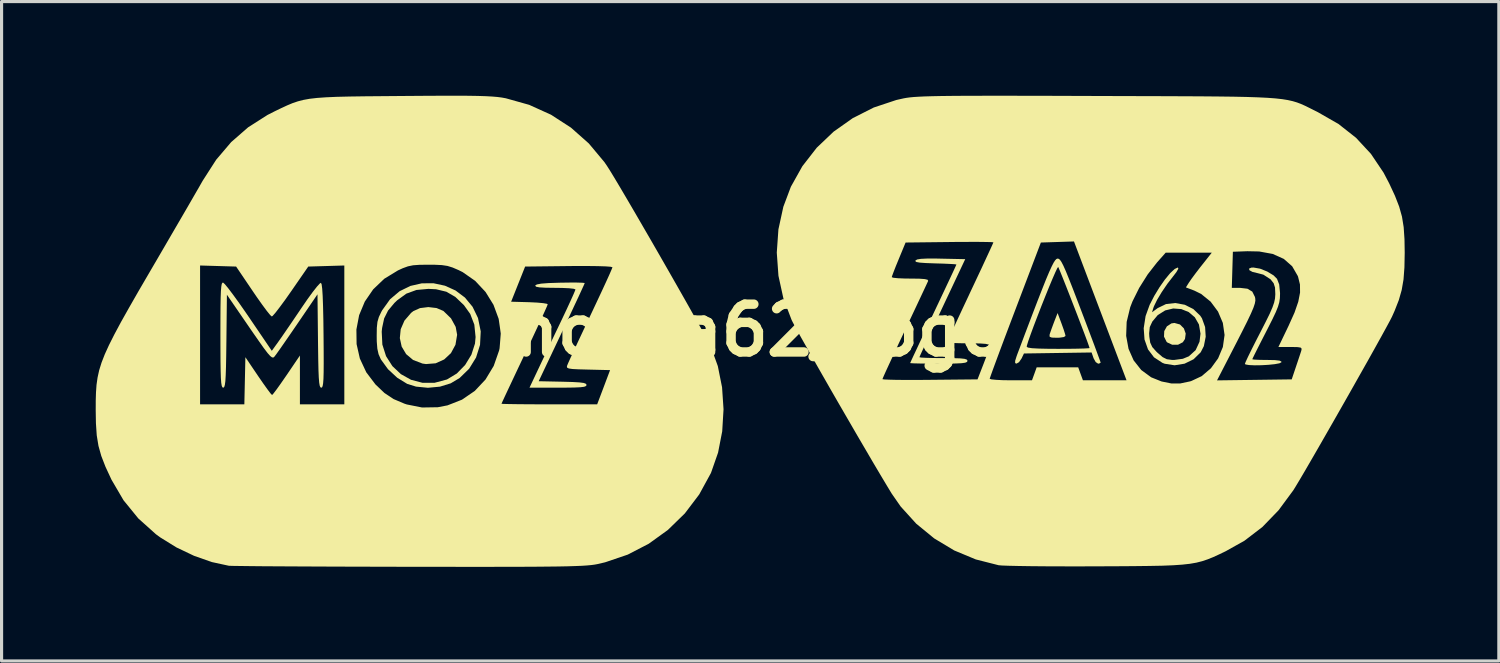
<source format=kicad_pcb>
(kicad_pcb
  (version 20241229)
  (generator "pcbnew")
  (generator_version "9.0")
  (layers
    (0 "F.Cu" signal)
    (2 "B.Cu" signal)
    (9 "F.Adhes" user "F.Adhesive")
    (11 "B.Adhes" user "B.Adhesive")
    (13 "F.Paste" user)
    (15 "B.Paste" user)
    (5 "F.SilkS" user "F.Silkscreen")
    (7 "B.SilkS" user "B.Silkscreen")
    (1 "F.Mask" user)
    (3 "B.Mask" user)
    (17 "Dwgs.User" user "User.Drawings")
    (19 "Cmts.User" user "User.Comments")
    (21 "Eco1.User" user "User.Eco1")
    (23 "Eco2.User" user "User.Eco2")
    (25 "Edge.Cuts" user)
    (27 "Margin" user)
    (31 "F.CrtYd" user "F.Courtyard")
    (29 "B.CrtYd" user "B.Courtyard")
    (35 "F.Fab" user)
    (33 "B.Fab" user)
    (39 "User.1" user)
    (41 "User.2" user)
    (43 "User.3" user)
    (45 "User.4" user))
  (footprint "mozza62_logo"
    (layer "F.Cu")
    (at 20.829 7.478)
    (property "Reference" "mozza62_logo" (at 0 0 0) (layer "F.SilkS") (effects (font (size 1.524 1.524) (thickness 0.3))))
    (attr board_only exclude_from_pos_files exclude_from_bom)
    (fp_poly (pts (xy 13.725 -0.187) (xy 13.85 -0.062) (xy 13.908 0.103) (xy 13.885 0.275) (xy 13.816 0.379) (xy 13.663 0.458) (xy 13.479 0.459) (xy 13.32 0.385) (xy 13.298 0.364) (xy 13.216 0.2) (xy 13.224 0.024) (xy 13.308 -0.128) (xy 13.453 -0.222) (xy 13.549 -0.236)) (stroke (width 0) (type solid)) (fill yes) (layer "F.SilkS"))
    (fp_poly (pts (xy 9.951 -0.215) (xy 10.018 -0.027) (xy 10.064 0.118) (xy 10.077 0.179) (xy 10.025 0.213) (xy 9.891 0.233) (xy 9.808 0.236) (xy 9.645 0.231) (xy 9.574 0.207) (xy 9.568 0.148) (xy 9.58 0.103) (xy 9.627 -0.033) (xy 9.695 -0.218) (xy 9.723 -0.291) (xy 9.825 -0.552)) (stroke (width 0) (type solid)) (fill yes) (layer "F.SilkS"))
    (fp_poly (pts (xy -9.966 -0.711) (xy -9.75 -0.619) (xy -9.743 -0.613) (xy -9.505 -0.381) (xy -9.357 -0.111) (xy -9.311 0.141) (xy -9.364 0.459) (xy -9.508 0.726) (xy -9.725 0.928) (xy -9.996 1.05) (xy -10.303 1.074) (xy -10.415 1.058) (xy -10.714 0.944) (xy -10.936 0.757) (xy -11.078 0.518) (xy -11.137 0.247) (xy -11.109 -0.036) (xy -10.99 -0.31) (xy -10.778 -0.557) (xy -10.707 -0.613) (xy -10.494 -0.709) (xy -10.23 -0.742)) (stroke (width 0) (type solid)) (fill yes) (layer "F.SilkS"))
    (fp_poly (pts (xy -5.495 -1.523) (xy -5.326 -1.518) (xy -5.248 -1.51) (xy -5.245 -1.508) (xy -5.269 -1.449) (xy -5.338 -1.298) (xy -5.444 -1.067) (xy -5.583 -0.771) (xy -5.746 -0.422) (xy -5.929 -0.034) (xy -5.978 0.071) (xy -6.712 1.621) (xy -5.949 1.637) (xy -5.628 1.646) (xy -5.409 1.659) (xy -5.273 1.677) (xy -5.205 1.704) (xy -5.186 1.74) (xy -5.203 1.774) (xy -5.264 1.798) (xy -5.386 1.813) (xy -5.585 1.822) (xy -5.876 1.826) (xy -6.095 1.827) (xy -7.005 1.827) (xy -6.692 1.164) (xy -6.55 0.864) (xy -6.376 0.497) (xy -6.19 0.106) (xy -6.01 -0.27) (xy -5.959 -0.377) (xy -5.819 -0.674) (xy -5.699 -0.934) (xy -5.607 -1.138) (xy -5.552 -1.268) (xy -5.54 -1.305) (xy -5.595 -1.325) (xy -5.744 -1.342) (xy -5.963 -1.352) (xy -6.193 -1.355) (xy -6.491 -1.359) (xy -6.686 -1.37) (xy -6.792 -1.39) (xy -6.823 -1.422) (xy -6.822 -1.429) (xy -6.77 -1.463) (xy -6.633 -1.489) (xy -6.4 -1.507) (xy -6.061 -1.518) (xy -6.021 -1.519) (xy -5.734 -1.523)) (stroke (width 0) (type solid)) (fill yes) (layer "F.SilkS"))
    (fp_poly (pts (xy 16.277 -1.966) (xy 16.507 -1.874) (xy 16.708 -1.752) (xy 16.817 -1.643) (xy 16.887 -1.463) (xy 16.914 -1.191) (xy 16.914 -1.163) (xy 16.909 -1.025) (xy 16.89 -0.896) (xy 16.849 -0.755) (xy 16.778 -0.579) (xy 16.668 -0.348) (xy 16.512 -0.039) (xy 16.472 0.039) (xy 16.324 0.328) (xy 16.197 0.578) (xy 16.1 0.772) (xy 16.042 0.891) (xy 16.03 0.921) (xy 16.084 0.931) (xy 16.228 0.939) (xy 16.435 0.943) (xy 16.506 0.943) (xy 16.754 0.948) (xy 16.9 0.965) (xy 16.957 0.995) (xy 16.958 1.017) (xy 16.894 1.05) (xy 16.747 1.077) (xy 16.547 1.098) (xy 16.323 1.111) (xy 16.106 1.114) (xy 15.927 1.106) (xy 15.816 1.087) (xy 15.794 1.068) (xy 15.82 1) (xy 15.892 0.845) (xy 16.001 0.622) (xy 16.139 0.348) (xy 16.277 0.08) (xy 16.455 -0.268) (xy 16.585 -0.531) (xy 16.672 -0.731) (xy 16.726 -0.886) (xy 16.754 -1.017) (xy 16.763 -1.142) (xy 16.763 -1.161) (xy 16.754 -1.364) (xy 16.711 -1.5) (xy 16.617 -1.62) (xy 16.607 -1.63) (xy 16.383 -1.775) (xy 16.2 -1.823) (xy 16.036 -1.862) (xy 15.94 -1.915) (xy 15.924 -1.966) (xy 15.999 -1.999) (xy 16.069 -2.002)) (stroke (width 0) (type solid)) (fill yes) (layer "F.SilkS"))
    (fp_poly (pts (xy 5.979 -2.288) (xy 6.112 -2.285) (xy 6.881 -2.269) (xy 6.151 -0.72) (xy 5.965 -0.324) (xy 5.797 0.036) (xy 5.652 0.347) (xy 5.538 0.596) (xy 5.459 0.768) (xy 5.423 0.851) (xy 5.422 0.856) (xy 5.477 0.867) (xy 5.628 0.875) (xy 5.854 0.881) (xy 6.131 0.884) (xy 6.188 0.884) (xy 6.507 0.886) (xy 6.726 0.893) (xy 6.861 0.908) (xy 6.932 0.932) (xy 6.954 0.967) (xy 6.954 0.972) (xy 6.938 1.006) (xy 6.88 1.031) (xy 6.763 1.047) (xy 6.572 1.056) (xy 6.29 1.06) (xy 6.041 1.061) (xy 5.728 1.06) (xy 5.461 1.057) (xy 5.26 1.052) (xy 5.146 1.046) (xy 5.127 1.042) (xy 5.151 0.986) (xy 5.22 0.837) (xy 5.327 0.609) (xy 5.465 0.314) (xy 5.629 -0.034) (xy 5.813 -0.42) (xy 5.864 -0.528) (xy 6.051 -0.923) (xy 6.221 -1.283) (xy 6.367 -1.593) (xy 6.483 -1.84) (xy 6.562 -2.012) (xy 6.599 -2.094) (xy 6.6 -2.099) (xy 6.545 -2.108) (xy 6.396 -2.117) (xy 6.175 -2.127) (xy 5.925 -2.134) (xy 5.627 -2.145) (xy 5.431 -2.159) (xy 5.324 -2.179) (xy 5.29 -2.208) (xy 5.296 -2.226) (xy 5.349 -2.259) (xy 5.471 -2.279) (xy 5.676 -2.289)) (stroke (width 0) (type solid)) (fill yes) (layer "F.SilkS"))
    (fp_poly (pts (xy 13.673 -1.964) (xy 13.61 -1.855) (xy 13.509 -1.724) (xy 13.322 -1.482) (xy 13.144 -1.22) (xy 12.995 -0.971) (xy 12.896 -0.768) (xy 12.877 -0.716) (xy 12.835 -0.577) (xy 13.014 -0.709) (xy 13.28 -0.838) (xy 13.577 -0.871) (xy 13.877 -0.816) (xy 14.151 -0.679) (xy 14.371 -0.467) (xy 14.426 -0.383) (xy 14.526 -0.106) (xy 14.545 0.204) (xy 14.486 0.503) (xy 14.386 0.698) (xy 14.159 0.921) (xy 13.871 1.062) (xy 13.554 1.113) (xy 13.239 1.064) (xy 13.165 1.035) (xy 12.897 0.859) (xy 12.706 0.606) (xy 12.595 0.292) (xy 12.581 0.094) (xy 12.742 0.094) (xy 12.748 0.202) (xy 12.777 0.392) (xy 12.843 0.533) (xy 12.971 0.677) (xy 13.014 0.718) (xy 13.173 0.853) (xy 13.307 0.92) (xy 13.468 0.942) (xy 13.538 0.943) (xy 13.816 0.906) (xy 14.008 0.827) (xy 14.224 0.631) (xy 14.348 0.363) (xy 14.379 0.106) (xy 14.33 -0.186) (xy 14.198 -0.417) (xy 14.003 -0.583) (xy 13.767 -0.678) (xy 13.51 -0.697) (xy 13.253 -0.635) (xy 13.017 -0.487) (xy 12.844 -0.28) (xy 12.763 -0.106) (xy 12.742 0.094) (xy 12.581 0.094) (xy 12.569 -0.067) (xy 12.629 -0.455) (xy 12.759 -0.814) (xy 12.905 -1.098) (xy 13.073 -1.374) (xy 13.247 -1.622) (xy 13.413 -1.823) (xy 13.556 -1.956) (xy 13.659 -2.004)) (stroke (width 0) (type solid)) (fill yes) (layer "F.SilkS"))
    (fp_poly (pts (xy -9.7 -1.423) (xy -9.361 -1.27) (xy -9.062 -1.045) (xy -8.819 -0.751) (xy -8.646 -0.393) (xy -8.56 0.028) (xy -8.559 0.034) (xy -8.581 0.463) (xy -8.708 0.866) (xy -8.929 1.224) (xy -9.231 1.518) (xy -9.515 1.688) (xy -9.858 1.794) (xy -10.241 1.83) (xy -10.62 1.793) (xy -10.903 1.705) (xy -11.22 1.51) (xy -11.513 1.239) (xy -11.736 0.933) (xy -11.747 0.913) (xy -11.815 0.759) (xy -11.854 0.584) (xy -11.872 0.353) (xy -11.874 0.177) (xy -11.872 0.041) (xy -11.714 0.041) (xy -11.694 0.453) (xy -11.576 0.823) (xy -11.374 1.14) (xy -11.103 1.395) (xy -10.779 1.576) (xy -10.416 1.671) (xy -10.03 1.671) (xy -9.634 1.565) (xy -9.631 1.563) (xy -9.321 1.375) (xy -9.056 1.103) (xy -8.856 0.775) (xy -8.742 0.421) (xy -8.723 0.213) (xy -8.763 -0.183) (xy -8.893 -0.522) (xy -9.093 -0.802) (xy -9.369 -1.066) (xy -9.654 -1.231) (xy -9.982 -1.31) (xy -10.225 -1.322) (xy -10.608 -1.287) (xy -10.929 -1.17) (xy -11.221 -0.958) (xy -11.309 -0.874) (xy -11.512 -0.631) (xy -11.637 -0.38) (xy -11.702 -0.076) (xy -11.714 0.041) (xy -11.872 0.041) (xy -11.87 -0.085) (xy -11.85 -0.272) (xy -11.805 -0.426) (xy -11.727 -0.59) (xy -11.699 -0.641) (xy -11.448 -0.991) (xy -11.143 -1.248) (xy -10.8 -1.416) (xy -10.435 -1.499) (xy -10.063 -1.501)) (stroke (width 0) (type solid)) (fill yes) (layer "F.SilkS"))
    (fp_poly (pts (xy 9.857 -2.282) (xy 9.898 -2.251) (xy 9.947 -2.181) (xy 10.009 -2.062) (xy 10.089 -1.882) (xy 10.192 -1.629) (xy 10.324 -1.293) (xy 10.489 -0.863) (xy 10.569 -0.653) (xy 10.727 -0.238) (xy 10.87 0.141) (xy 10.994 0.47) (xy 11.092 0.736) (xy 11.161 0.923) (xy 11.195 1.019) (xy 11.197 1.029) (xy 11.15 1.058) (xy 11.115 1.061) (xy 11.04 1.011) (xy 10.972 0.89) (xy 10.97 0.883) (xy 10.908 0.705) (xy 9.83 0.721) (xy 8.753 0.737) (xy 8.675 0.899) (xy 8.595 1.014) (xy 8.513 1.061) (xy 8.472 1.042) (xy 8.473 0.969) (xy 8.52 0.82) (xy 8.545 0.751) (xy 8.632 0.522) (xy 8.84 0.522) (xy 8.881 0.549) (xy 9.009 0.569) (xy 9.234 0.581) (xy 9.562 0.588) (xy 9.842 0.589) (xy 10.171 0.588) (xy 10.454 0.584) (xy 10.673 0.578) (xy 10.808 0.57) (xy 10.844 0.564) (xy 10.823 0.498) (xy 10.767 0.341) (xy 10.682 0.113) (xy 10.575 -0.168) (xy 10.455 -0.482) (xy 10.328 -0.81) (xy 10.202 -1.134) (xy 10.084 -1.434) (xy 9.982 -1.691) (xy 9.903 -1.886) (xy 9.854 -2) (xy 9.843 -2.021) (xy 9.814 -1.98) (xy 9.751 -1.847) (xy 9.661 -1.64) (xy 9.551 -1.377) (xy 9.43 -1.078) (xy 9.303 -0.759) (xy 9.179 -0.439) (xy 9.064 -0.138) (xy 8.966 0.128) (xy 8.891 0.34) (xy 8.848 0.48) (xy 8.84 0.522) (xy 8.632 0.522) (xy 8.795 0.088) (xy 9.008 -0.473) (xy 9.187 -0.94) (xy 9.336 -1.321) (xy 9.457 -1.625) (xy 9.556 -1.859) (xy 9.635 -2.033) (xy 9.697 -2.155) (xy 9.747 -2.232) (xy 9.787 -2.273) (xy 9.818 -2.287)) (stroke (width 0) (type solid)) (fill yes) (layer "F.SilkS"))
    (fp_poly (pts (xy -16.711 -1.469) (xy -16.599 -1.333) (xy -16.444 -1.127) (xy -16.255 -0.866) (xy -16.045 -0.565) (xy -15.949 -0.425) (xy -15.217 0.652) (xy -15.014 0.37) (xy -14.91 0.223) (xy -14.758 0.002) (xy -14.573 -0.268) (xy -14.374 -0.562) (xy -14.264 -0.725) (xy -14.079 -0.994) (xy -13.913 -1.222) (xy -13.777 -1.395) (xy -13.684 -1.496) (xy -13.651 -1.515) (xy -13.629 -1.466) (xy -13.611 -1.329) (xy -13.596 -1.099) (xy -13.584 -0.769) (xy -13.574 -0.333) (xy -13.568 0.167) (xy -13.564 0.658) (xy -13.563 1.044) (xy -13.565 1.336) (xy -13.571 1.547) (xy -13.582 1.689) (xy -13.597 1.775) (xy -13.617 1.817) (xy -13.641 1.827) (xy -13.669 1.813) (xy -13.69 1.763) (xy -13.707 1.663) (xy -13.72 1.502) (xy -13.73 1.266) (xy -13.737 0.942) (xy -13.743 0.517) (xy -13.745 0.339) (xy -13.761 -1.149) (xy -14.404 -0.206) (xy -14.609 0.093) (xy -14.797 0.365) (xy -14.954 0.591) (xy -15.07 0.754) (xy -15.133 0.837) (xy -15.134 0.839) (xy -15.167 0.866) (xy -15.209 0.862) (xy -15.267 0.818) (xy -15.352 0.723) (xy -15.472 0.565) (xy -15.636 0.333) (xy -15.855 0.019) (xy -15.935 -0.098) (xy -16.648 -1.136) (xy -16.664 0.345) (xy -16.67 0.808) (xy -16.677 1.166) (xy -16.686 1.431) (xy -16.697 1.617) (xy -16.713 1.737) (xy -16.733 1.802) (xy -16.759 1.826) (xy -16.767 1.827) (xy -16.793 1.813) (xy -16.813 1.765) (xy -16.829 1.67) (xy -16.84 1.515) (xy -16.847 1.29) (xy -16.852 0.981) (xy -16.854 0.577) (xy -16.855 0.143) (xy -16.854 -0.352) (xy -16.852 -0.741) (xy -16.847 -1.037) (xy -16.839 -1.25) (xy -16.827 -1.393) (xy -16.812 -1.478) (xy -16.791 -1.517) (xy -16.768 -1.522)) (stroke (width 0) (type solid)) (fill yes) (layer "F.SilkS"))
    (fp_poly (pts (xy -8.97 -7.476) (xy -8.657 -7.471) (xy -8.404 -7.463) (xy -8.2 -7.452) (xy -8.033 -7.438) (xy -7.892 -7.42) (xy -7.766 -7.397) (xy -7.756 -7.395) (xy -7.015 -7.187) (xy -6.321 -6.873) (xy -5.684 -6.461) (xy -5.114 -5.956) (xy -4.621 -5.366) (xy -4.542 -5.252) (xy -4.449 -5.107) (xy -4.307 -4.874) (xy -4.123 -4.566) (xy -3.905 -4.196) (xy -3.659 -3.776) (xy -3.394 -3.319) (xy -3.115 -2.838) (xy -2.831 -2.344) (xy -2.549 -1.852) (xy -2.276 -1.373) (xy -2.018 -0.919) (xy -1.785 -0.505) (xy -1.581 -0.141) (xy -1.416 0.159) (xy -1.296 0.382) (xy -1.228 0.516) (xy -1.227 0.517) (xy -1.003 1.139) (xy -0.868 1.814) (xy -0.821 2.515) (xy -0.863 3.217) (xy -0.995 3.896) (xy -1.215 4.526) (xy -1.228 4.556) (xy -1.597 5.231) (xy -2.055 5.835) (xy -2.594 6.36) (xy -3.204 6.8) (xy -3.874 7.147) (xy -4.596 7.392) (xy -4.845 7.45) (xy -4.933 7.466) (xy -5.04 7.48) (xy -5.171 7.492) (xy -5.334 7.503) (xy -5.537 7.511) (xy -5.788 7.519) (xy -6.093 7.525) (xy -6.46 7.529) (xy -6.898 7.533) (xy -7.412 7.535) (xy -8.01 7.536) (xy -8.701 7.537) (xy -9.491 7.536) (xy -10.388 7.535) (xy -10.856 7.535) (xy -11.659 7.533) (xy -12.43 7.531) (xy -13.163 7.529) (xy -13.847 7.526) (xy -14.475 7.523) (xy -15.037 7.52) (xy -15.527 7.517) (xy -15.934 7.513) (xy -16.251 7.509) (xy -16.469 7.506) (xy -16.58 7.502) (xy -16.59 7.501) (xy -17.129 7.384) (xy -17.697 7.184) (xy -18.257 6.917) (xy -18.771 6.599) (xy -18.909 6.498) (xy -19.47 5.995) (xy -19.943 5.414) (xy -20.329 4.754) (xy -20.333 4.744) (xy -20.518 4.346) (xy -20.651 4.003) (xy -20.741 3.682) (xy -20.796 3.346) (xy -20.822 2.96) (xy -20.829 2.534) (xy -20.828 2.357) (xy -17.503 2.357) (xy -16.092 2.357) (xy -16.059 0.855) (xy -15.651 1.459) (xy -15.492 1.689) (xy -15.357 1.878) (xy -15.258 2.009) (xy -15.21 2.061) (xy -15.209 2.061) (xy -15.165 2.014) (xy -15.069 1.888) (xy -14.935 1.701) (xy -14.775 1.47) (xy -14.748 1.431) (xy -14.321 0.802) (xy -14.321 2.357) (xy -12.906 2.357) (xy -12.906 -0.027) (xy -12.521 -0.027) (xy -12.515 0.438) (xy -12.411 0.898) (xy -12.206 1.337) (xy -11.913 1.724) (xy -11.627 1.996) (xy -11.335 2.19) (xy -10.988 2.337) (xy -10.912 2.362) (xy -10.429 2.458) (xy -9.928 2.45) (xy -9.62 2.391) (xy -9.486 2.339) (xy -7.897 2.339) (xy -7.841 2.344) (xy -7.682 2.348) (xy -7.436 2.352) (xy -7.12 2.355) (xy -6.747 2.357) (xy -6.373 2.357) (xy -4.848 2.357) (xy -4.642 1.812) (xy -4.437 1.267) (xy -5.139 1.25) (xy -5.436 1.242) (xy -5.633 1.232) (xy -5.75 1.215) (xy -5.804 1.19) (xy -5.813 1.152) (xy -5.807 1.127) (xy -5.774 1.047) (xy -5.697 0.876) (xy -5.582 0.628) (xy -5.438 0.318) (xy -5.27 -0.04) (xy -5.086 -0.429) (xy -5.067 -0.469) (xy -4.884 -0.858) (xy -4.718 -1.212) (xy -4.576 -1.519) (xy -4.465 -1.763) (xy -4.392 -1.931) (xy -4.361 -2.009) (xy -4.361 -2.011) (xy -4.418 -2.027) (xy -4.579 -2.039) (xy -4.831 -2.047) (xy -5.16 -2.051) (xy -5.553 -2.051) (xy -5.752 -2.049) (xy -7.144 -2.033) (xy -7.367 -1.473) (xy -7.59 -0.913) (xy -7.007 -0.897) (xy -6.761 -0.885) (xy -6.566 -0.867) (xy -6.448 -0.846) (xy -6.424 -0.831) (xy -6.448 -0.768) (xy -6.517 -0.611) (xy -6.624 -0.376) (xy -6.763 -0.076) (xy -6.927 0.276) (xy -7.111 0.665) (xy -7.16 0.768) (xy -7.348 1.164) (xy -7.517 1.523) (xy -7.663 1.833) (xy -7.779 2.08) (xy -7.859 2.252) (xy -7.895 2.334) (xy -7.897 2.339) (xy -9.486 2.339) (xy -9.156 2.209) (xy -8.748 1.93) (xy -8.407 1.567) (xy -8.145 1.133) (xy -7.973 0.641) (xy -7.958 0.571) (xy -7.919 0.102) (xy -7.987 -0.366) (xy -8.152 -0.814) (xy -8.405 -1.223) (xy -8.736 -1.577) (xy -9.135 -1.856) (xy -9.266 -1.921) (xy -9.454 -2.002) (xy -9.618 -2.053) (xy -9.797 -2.08) (xy -10.03 -2.091) (xy -10.225 -2.092) (xy -10.509 -2.089) (xy -10.714 -2.074) (xy -10.879 -2.04) (xy -11.044 -1.98) (xy -11.197 -1.91) (xy -11.633 -1.644) (xy -11.986 -1.307) (xy -12.254 -0.916) (xy -12.434 -0.484) (xy -12.521 -0.027) (xy -12.906 -0.027) (xy -12.906 -2.067) (xy -13.481 -2.05) (xy -14.055 -2.033) (xy -14.605 -1.238) (xy -14.793 -0.971) (xy -14.961 -0.743) (xy -15.096 -0.568) (xy -15.187 -0.464) (xy -15.217 -0.442) (xy -15.269 -0.488) (xy -15.374 -0.617) (xy -15.518 -0.811) (xy -15.691 -1.055) (xy -15.816 -1.238) (xy -16.354 -2.033) (xy -16.928 -2.05) (xy -17.503 -2.067) (xy -17.503 2.357) (xy -20.828 2.357) (xy -20.828 2.24) (xy -20.82 1.978) (xy -20.803 1.736) (xy -20.77 1.505) (xy -20.719 1.273) (xy -20.644 1.031) (xy -20.541 0.766) (xy -20.406 0.469) (xy -20.235 0.13) (xy -20.024 -0.264) (xy -19.767 -0.721) (xy -19.462 -1.254) (xy -19.102 -1.871) (xy -18.902 -2.213) (xy -18.627 -2.685) (xy -18.36 -3.144) (xy -18.108 -3.576) (xy -17.881 -3.967) (xy -17.687 -4.303) (xy -17.533 -4.569) (xy -17.43 -4.75) (xy -17.416 -4.774) (xy -16.99 -5.437) (xy -16.511 -6) (xy -15.97 -6.472) (xy -15.357 -6.863) (xy -15.119 -6.984) (xy -14.91 -7.085) (xy -14.726 -7.17) (xy -14.556 -7.241) (xy -14.388 -7.298) (xy -14.21 -7.344) (xy -14.01 -7.38) (xy -13.774 -7.407) (xy -13.492 -7.427) (xy -13.152 -7.442) (xy -12.74 -7.452) (xy -12.245 -7.459) (xy -11.655 -7.464) (xy -11.056 -7.469) (xy -10.387 -7.474) (xy -9.823 -7.477) (xy -9.355 -7.478)) (stroke (width 0) (type solid)) (fill yes) (layer "F.SilkS"))
    (fp_poly (pts (xy 8.6 -7.476) (xy 9.356 -7.475) (xy 10.216 -7.472) (xy 11.109 -7.469) (xy 12.078 -7.466) (xy 12.937 -7.464) (xy 13.694 -7.461) (xy 14.356 -7.458) (xy 14.931 -7.453) (xy 15.427 -7.447) (xy 15.85 -7.438) (xy 16.21 -7.426) (xy 16.514 -7.411) (xy 16.768 -7.392) (xy 16.982 -7.368) (xy 17.163 -7.339) (xy 17.318 -7.304) (xy 17.455 -7.263) (xy 17.582 -7.215) (xy 17.707 -7.159) (xy 17.837 -7.095) (xy 17.979 -7.023) (xy 18.122 -6.952) (xy 18.776 -6.577) (xy 19.335 -6.137) (xy 19.811 -5.624) (xy 20.213 -5.026) (xy 20.392 -4.685) (xy 20.577 -4.287) (xy 20.71 -3.945) (xy 20.8 -3.624) (xy 20.854 -3.289) (xy 20.88 -2.904) (xy 20.887 -2.475) (xy 20.878 -2.007) (xy 20.849 -1.622) (xy 20.791 -1.286) (xy 20.699 -0.964) (xy 20.565 -0.622) (xy 20.482 -0.436) (xy 20.419 -0.313) (xy 20.304 -0.1) (xy 20.145 0.19) (xy 19.949 0.543) (xy 19.723 0.948) (xy 19.473 1.39) (xy 19.209 1.858) (xy 18.936 2.339) (xy 18.662 2.82) (xy 18.394 3.288) (xy 18.14 3.731) (xy 17.906 4.136) (xy 17.701 4.489) (xy 17.53 4.779) (xy 17.402 4.992) (xy 17.336 5.098) (xy 16.868 5.732) (xy 16.353 6.265) (xy 15.78 6.704) (xy 15.184 7.038) (xy 14.97 7.141) (xy 14.782 7.227) (xy 14.606 7.298) (xy 14.433 7.356) (xy 14.248 7.403) (xy 14.041 7.439) (xy 13.798 7.466) (xy 13.509 7.486) (xy 13.16 7.5) (xy 12.74 7.508) (xy 12.236 7.514) (xy 11.637 7.518) (xy 11.05 7.52) (xy 10.473 7.522) (xy 9.925 7.521) (xy 9.417 7.519) (xy 8.963 7.515) (xy 8.576 7.509) (xy 8.269 7.502) (xy 8.054 7.494) (xy 7.946 7.485) (xy 7.218 7.3) (xy 6.529 7.013) (xy 5.892 6.63) (xy 5.32 6.161) (xy 4.825 5.615) (xy 4.541 5.207) (xy 4.387 4.953) (xy 4.192 4.627) (xy 3.964 4.243) (xy 3.712 3.812) (xy 3.44 3.348) (xy 3.159 2.863) (xy 2.873 2.37) (xy 2.591 1.881) (xy 2.405 1.555) (xy 4.243 1.555) (xy 4.299 1.565) (xy 4.458 1.572) (xy 4.703 1.578) (xy 5.02 1.58) (xy 5.392 1.58) (xy 5.758 1.577) (xy 7.273 1.562) (xy 7.281 1.543) (xy 7.661 1.543) (xy 7.716 1.562) (xy 7.866 1.577) (xy 8.087 1.588) (xy 8.335 1.591) (xy 9.009 1.591) (xy 9.084 1.385) (xy 9.158 1.179) (xy 10.482 1.179) (xy 10.557 1.385) (xy 10.632 1.591) (xy 12.022 1.591) (xy 11.916 1.311) (xy 11.87 1.19) (xy 11.788 0.974) (xy 11.676 0.678) (xy 11.539 0.316) (xy 11.486 0.176) (xy 12.01 0.176) (xy 12.086 0.59) (xy 12.248 0.956) (xy 12.49 1.263) (xy 12.807 1.496) (xy 13.138 1.629) (xy 13.454 1.693) (xy 13.735 1.692) (xy 14.043 1.627) (xy 14.081 1.616) (xy 14.13 1.594) (xy 14.906 1.594) (xy 16.096 1.578) (xy 17.286 1.562) (xy 17.418 1.169) (xy 17.491 0.952) (xy 17.553 0.766) (xy 17.59 0.653) (xy 17.603 0.587) (xy 17.573 0.55) (xy 17.476 0.534) (xy 17.289 0.53) (xy 17.245 0.53) (xy 16.862 0.53) (xy 17.186 -0.145) (xy 17.375 -0.565) (xy 17.495 -0.912) (xy 17.552 -1.204) (xy 17.549 -1.462) (xy 17.489 -1.706) (xy 17.478 -1.735) (xy 17.3 -2.043) (xy 17.034 -2.277) (xy 16.682 -2.435) (xy 16.248 -2.514) (xy 15.873 -2.522) (xy 15.411 -2.505) (xy 15.377 -1.355) (xy 15.633 -1.355) (xy 15.875 -1.327) (xy 16.029 -1.235) (xy 16.113 -1.067) (xy 16.123 -1.024) (xy 16.128 -0.949) (xy 16.11 -0.852) (xy 16.065 -0.718) (xy 15.986 -0.534) (xy 15.868 -0.285) (xy 15.704 0.042) (xy 15.533 0.377) (xy 14.906 1.594) (xy 14.13 1.594) (xy 14.419 1.458) (xy 14.711 1.208) (xy 14.941 0.891) (xy 15.092 0.53) (xy 15.146 0.148) (xy 15.146 0.147) (xy 15.091 -0.237) (xy 14.937 -0.599) (xy 14.702 -0.915) (xy 14.401 -1.159) (xy 14.187 -1.265) (xy 13.914 -1.369) (xy 14.011 -1.524) (xy 14.093 -1.643) (xy 14.224 -1.82) (xy 14.379 -2.022) (xy 14.423 -2.077) (xy 14.738 -2.475) (xy 13.269 -2.475) (xy 12.995 -2.166) (xy 12.697 -1.784) (xy 12.426 -1.354) (xy 12.212 -0.924) (xy 12.139 -0.736) (xy 12.026 -0.27) (xy 12.01 0.176) (xy 11.486 0.176) (xy 11.383 -0.096) (xy 11.214 -0.543) (xy 11.078 -0.901) (xy 10.347 -2.833) (xy 9.82 -2.816) (xy 9.292 -2.799) (xy 8.477 -0.653) (xy 8.296 -0.176) (xy 8.129 0.266) (xy 7.981 0.662) (xy 7.856 0.999) (xy 7.758 1.265) (xy 7.692 1.449) (xy 7.662 1.537) (xy 7.661 1.543) (xy 7.281 1.543) (xy 7.467 1.064) (xy 7.554 0.835) (xy 7.62 0.642) (xy 7.657 0.516) (xy 7.661 0.49) (xy 7.633 0.455) (xy 7.537 0.431) (xy 7.358 0.418) (xy 7.081 0.413) (xy 6.984 0.413) (xy 6.717 0.41) (xy 6.499 0.403) (xy 6.355 0.392) (xy 6.306 0.38) (xy 6.33 0.32) (xy 6.398 0.168) (xy 6.505 -0.065) (xy 6.643 -0.363) (xy 6.806 -0.713) (xy 6.989 -1.102) (xy 7.042 -1.216) (xy 7.229 -1.614) (xy 7.399 -1.975) (xy 7.544 -2.288) (xy 7.66 -2.539) (xy 7.74 -2.714) (xy 7.777 -2.799) (xy 7.779 -2.805) (xy 7.723 -2.812) (xy 7.565 -2.816) (xy 7.322 -2.819) (xy 7.009 -2.819) (xy 6.643 -2.818) (xy 6.38 -2.815) (xy 4.981 -2.799) (xy 4.762 -2.269) (xy 4.667 -2.038) (xy 4.593 -1.848) (xy 4.548 -1.725) (xy 4.54 -1.694) (xy 4.594 -1.676) (xy 4.741 -1.661) (xy 4.956 -1.652) (xy 5.133 -1.65) (xy 5.415 -1.647) (xy 5.593 -1.634) (xy 5.683 -1.612) (xy 5.7 -1.577) (xy 5.7 -1.576) (xy 5.668 -1.506) (xy 5.592 -1.343) (xy 5.479 -1.102) (xy 5.336 -0.797) (xy 5.169 -0.443) (xy 4.986 -0.054) (xy 4.957 0.007) (xy 4.772 0.398) (xy 4.606 0.754) (xy 4.464 1.061) (xy 4.351 1.306) (xy 4.276 1.474) (xy 4.244 1.552) (xy 4.243 1.555) (xy 2.405 1.555) (xy 2.321 1.409) (xy 2.069 0.967) (xy 1.842 0.567) (xy 1.648 0.223) (xy 1.495 -0.054) (xy 1.389 -0.25) (xy 1.349 -0.33) (xy 1.087 -1.016) (xy 0.929 -1.739) (xy 0.876 -2.478) (xy 0.928 -3.218) (xy 1.085 -3.939) (xy 1.325 -4.577) (xy 1.691 -5.231) (xy 2.149 -5.82) (xy 2.688 -6.333) (xy 3.297 -6.763) (xy 3.967 -7.102) (xy 4.685 -7.341) (xy 4.921 -7.394) (xy 5.01 -7.41) (xy 5.114 -7.424) (xy 5.24 -7.436) (xy 5.396 -7.446) (xy 5.589 -7.455) (xy 5.827 -7.462) (xy 6.116 -7.468) (xy 6.465 -7.472) (xy 6.88 -7.475) (xy 7.37 -7.476) (xy 7.94 -7.477)) (stroke (width 0) (type solid)) (fill yes) (layer "F.SilkS")))
  (gr_rect
    (start -3 -3)
    (end 44.716 18.014)
    (stroke (width 0.1) (type default))
    (fill no)
    (layer "Edge.Cuts")))
</source>
